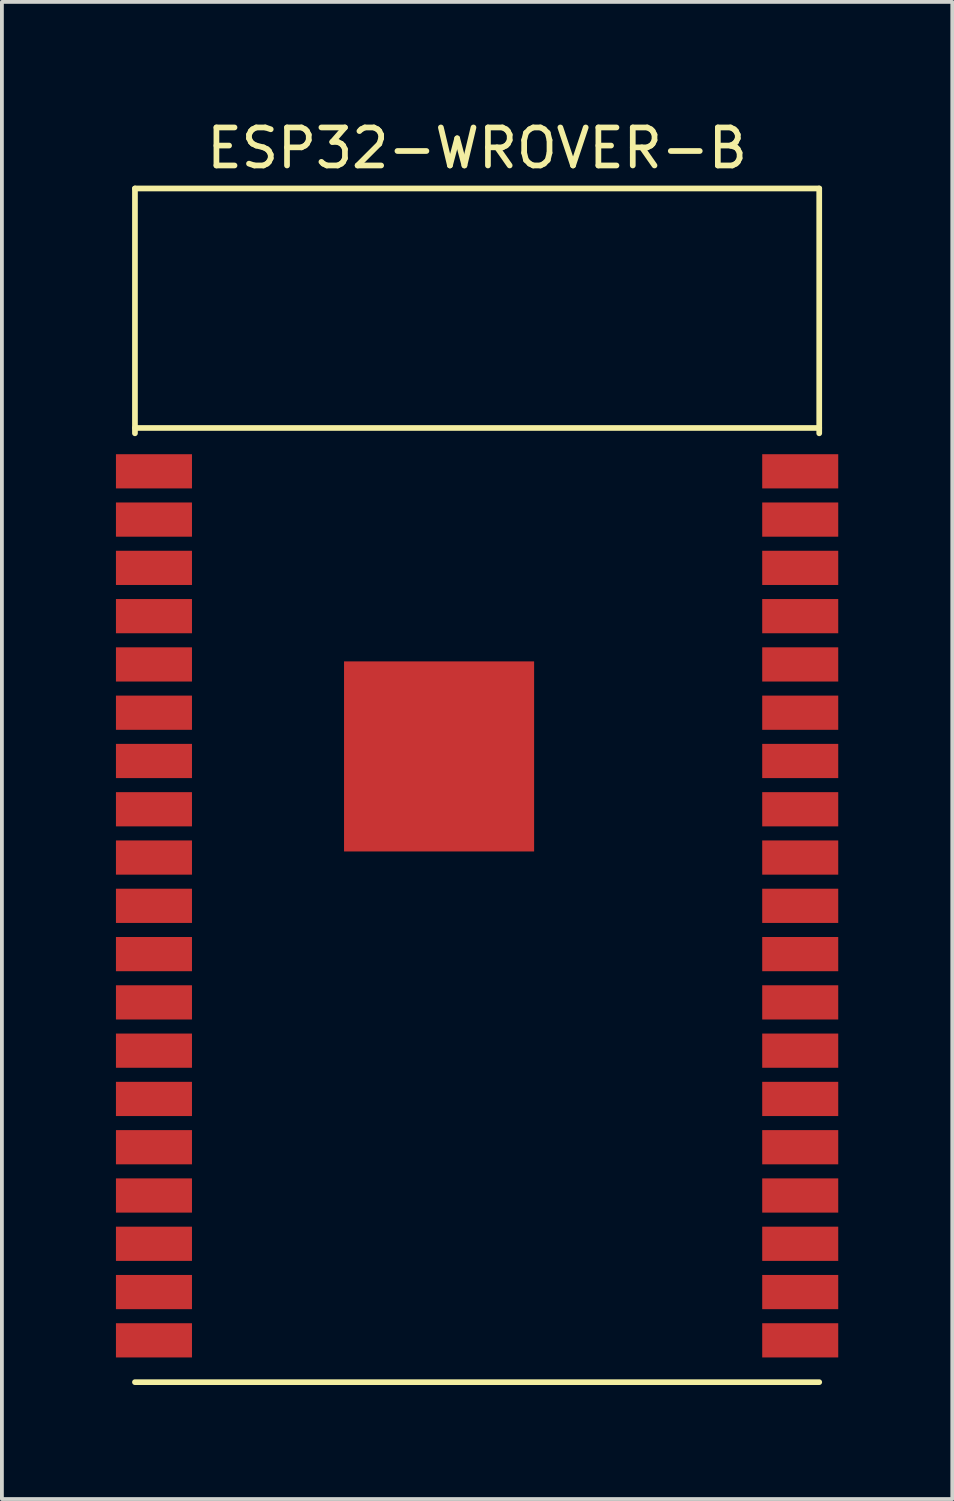
<source format=kicad_pcb>
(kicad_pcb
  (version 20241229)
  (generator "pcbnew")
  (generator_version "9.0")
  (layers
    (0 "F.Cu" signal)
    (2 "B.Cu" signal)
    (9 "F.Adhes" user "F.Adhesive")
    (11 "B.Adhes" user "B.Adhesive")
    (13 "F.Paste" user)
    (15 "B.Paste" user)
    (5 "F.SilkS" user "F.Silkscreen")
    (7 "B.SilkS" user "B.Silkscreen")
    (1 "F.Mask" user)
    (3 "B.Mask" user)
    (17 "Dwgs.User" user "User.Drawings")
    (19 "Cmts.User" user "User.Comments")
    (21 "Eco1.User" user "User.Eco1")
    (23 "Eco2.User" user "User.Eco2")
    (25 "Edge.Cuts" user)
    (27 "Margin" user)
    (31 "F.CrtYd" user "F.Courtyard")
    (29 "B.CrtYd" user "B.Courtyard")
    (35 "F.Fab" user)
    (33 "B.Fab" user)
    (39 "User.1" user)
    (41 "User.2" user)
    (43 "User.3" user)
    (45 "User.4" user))
  (footprint "ESP32-WROVER-B"
    (layer "F.Cu")
    (at 1 9.348)
    (property "Reference" "ESP32-WROVER-B" (at 8.5 -8.5 0) (layer "F.SilkS") (effects (font (size 1 1) (thickness 0.15))))
    (attr through_hole)
    (fp_line (start -0.5 -7.44) (end 17.5 -7.44) (stroke (width 0.15) (type solid)) (layer "F.SilkS"))
    (fp_line (start -0.5 -1.14) (end 17.5 -1.14) (stroke (width 0.15) (type solid)) (layer "F.SilkS"))
    (fp_line (start -0.5 -1) (end -0.5 -7.44) (stroke (width 0.15) (type solid)) (layer "F.SilkS"))
    (fp_line (start -0.5 23.96) (end 17.5 23.96) (stroke (width 0.15) (type solid)) (layer "F.SilkS"))
    (fp_line (start 17.5 -1) (end 17.5 -7.44) (stroke (width 0.15) (type solid)) (layer "F.SilkS"))
    (pad "1" smd rect (at 0 0) (size 2 0.9) (layers "F.Cu" "F.Mask" "F.Paste"))
    (pad "2" smd rect (at 0 1.27) (size 2 0.9) (layers "F.Cu" "F.Mask" "F.Paste"))
    (pad "3" smd rect (at 0 2.54) (size 2 0.9) (layers "F.Cu" "F.Mask" "F.Paste"))
    (pad "4" smd rect (at 0 3.81) (size 2 0.9) (layers "F.Cu" "F.Mask" "F.Paste"))
    (pad "5" smd rect (at 0 5.08) (size 2 0.9) (layers "F.Cu" "F.Mask" "F.Paste"))
    (pad "6" smd rect (at 0 6.35) (size 2 0.9) (layers "F.Cu" "F.Mask" "F.Paste"))
    (pad "7" smd rect (at 0 7.62) (size 2 0.9) (layers "F.Cu" "F.Mask" "F.Paste"))
    (pad "8" smd rect (at 0 8.89) (size 2 0.9) (layers "F.Cu" "F.Mask" "F.Paste"))
    (pad "9" smd rect (at 0 10.16) (size 2 0.9) (layers "F.Cu" "F.Mask" "F.Paste"))
    (pad "10" smd rect (at 0 11.43) (size 2 0.9) (layers "F.Cu" "F.Mask" "F.Paste"))
    (pad "11" smd rect (at 0 12.7) (size 2 0.9) (layers "F.Cu" "F.Mask" "F.Paste"))
    (pad "12" smd rect (at 0 13.97) (size 2 0.9) (layers "F.Cu" "F.Mask" "F.Paste"))
    (pad "13" smd rect (at 0 15.24) (size 2 0.9) (layers "F.Cu" "F.Mask" "F.Paste"))
    (pad "14" smd rect (at 0 16.51) (size 2 0.9) (layers "F.Cu" "F.Mask" "F.Paste"))
    (pad "15" smd rect (at 0 17.78) (size 2 0.9) (layers "F.Cu" "F.Mask" "F.Paste"))
    (pad "16" smd rect (at 0 19.05) (size 2 0.9) (layers "F.Cu" "F.Mask" "F.Paste"))
    (pad "17" smd rect (at 0 20.32) (size 2 0.9) (layers "F.Cu" "F.Mask" "F.Paste"))
    (pad "18" smd rect (at 0 21.59) (size 2 0.9) (layers "F.Cu" "F.Mask" "F.Paste"))
    (pad "19" smd rect (at 0 22.86) (size 2 0.9) (layers "F.Cu" "F.Mask" "F.Paste"))
    (pad "20" smd rect (at 17 22.86) (size 2 0.9) (layers "F.Cu" "F.Mask" "F.Paste"))
    (pad "21" smd rect (at 17 21.59) (size 2 0.9) (layers "F.Cu" "F.Mask" "F.Paste"))
    (pad "22" smd rect (at 17 20.32) (size 2 0.9) (layers "F.Cu" "F.Mask" "F.Paste"))
    (pad "23" smd rect (at 17 19.05) (size 2 0.9) (layers "F.Cu" "F.Mask" "F.Paste"))
    (pad "24" smd rect (at 17 17.78) (size 2 0.9) (layers "F.Cu" "F.Mask" "F.Paste"))
    (pad "25" smd rect (at 17 16.51) (size 2 0.9) (layers "F.Cu" "F.Mask" "F.Paste"))
    (pad "26" smd rect (at 17 15.24) (size 2 0.9) (layers "F.Cu" "F.Mask" "F.Paste"))
    (pad "27" smd rect (at 17 13.97) (size 2 0.9) (layers "F.Cu" "F.Mask" "F.Paste"))
    (pad "28" smd rect (at 17 12.7) (size 2 0.9) (layers "F.Cu" "F.Mask" "F.Paste"))
    (pad "29" smd rect (at 17 11.43) (size 2 0.9) (layers "F.Cu" "F.Mask" "F.Paste"))
    (pad "30" smd rect (at 17 10.16) (size 2 0.9) (layers "F.Cu" "F.Mask" "F.Paste"))
    (pad "31" smd rect (at 17 8.89) (size 2 0.9) (layers "F.Cu" "F.Mask" "F.Paste"))
    (pad "32" smd rect (at 17 7.62) (size 2 0.9) (layers "F.Cu" "F.Mask" "F.Paste"))
    (pad "33" smd rect (at 17 6.35) (size 2 0.9) (layers "F.Cu" "F.Mask" "F.Paste"))
    (pad "34" smd rect (at 17 5.08) (size 2 0.9) (layers "F.Cu" "F.Mask" "F.Paste"))
    (pad "35" smd rect (at 17 3.81) (size 2 0.9) (layers "F.Cu" "F.Mask" "F.Paste"))
    (pad "36" smd rect (at 17 2.54) (size 2 0.9) (layers "F.Cu" "F.Mask" "F.Paste"))
    (pad "37" smd rect (at 17 1.27) (size 2 0.9) (layers "F.Cu" "F.Mask" "F.Paste"))
    (pad "38" smd rect (at 17 0) (size 2 0.9) (layers "F.Cu" "F.Mask" "F.Paste"))
    (pad "39" smd rect (at 7.5 7.5) (size 5 5) (layers "F.Cu" "F.Mask" "F.Paste")))
  (gr_rect
    (start -3 -3)
    (end 22 36.383)
    (stroke (width 0.1) (type default))
    (fill no)
    (layer "Edge.Cuts")))
</source>
